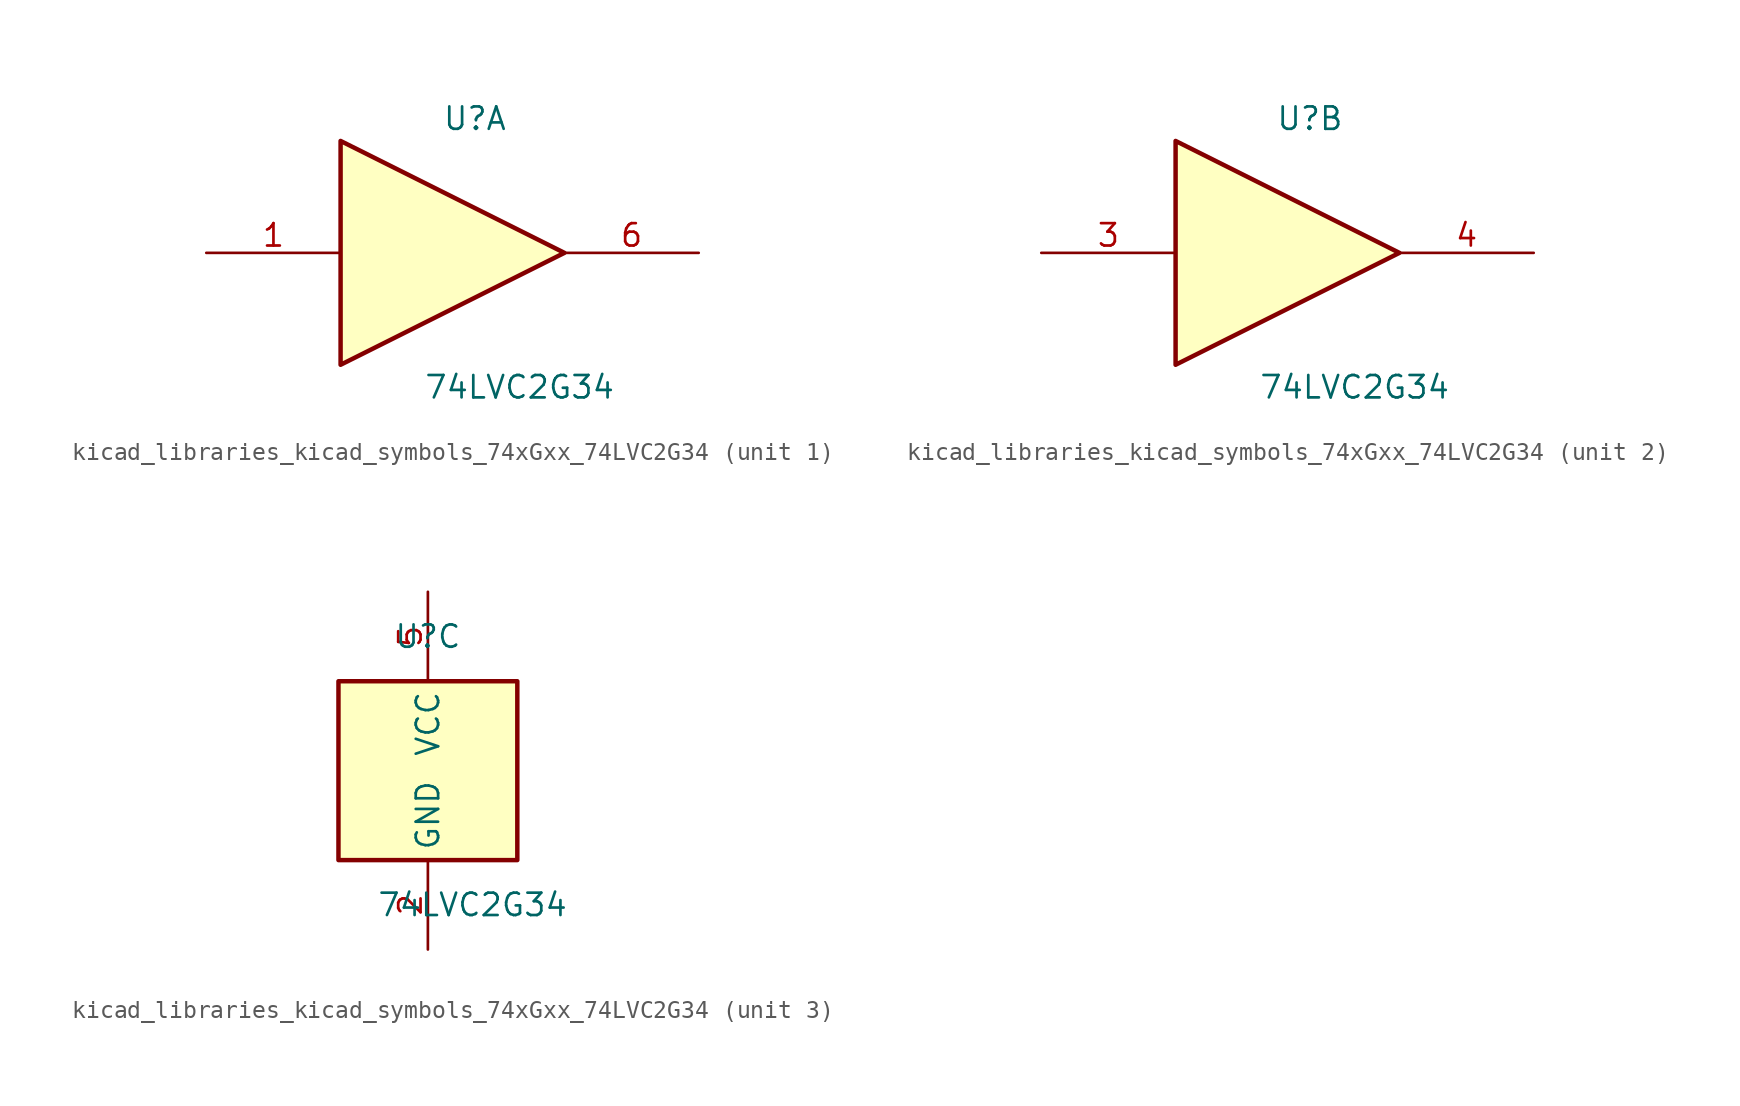
<source format=kicad_sym>
(kicad_symbol_lib
  (version 20220914)
  (generator kicad_symbol_editor)
  (symbol "kicad_libraries_kicad_symbols_74xGxx_74LVC2G34"
    (property "Reference" "U"
      (at 0 7.62 0)
      (effects (font (size 1.27 1.27))))
    (property "Value" "74LVC2G34"
      (at 2.54 -7.62 0)
      (effects (font (size 1.27 1.27))))
    (symbol "kicad_libraries_kicad_symbols_74xGxx_74LVC2G34_1_1"
      (polyline (pts (xy -7.62 6.35) (xy -7.62 -6.35) (xy 5.08 0) (xy -7.62 6.35)) (stroke (width 0.254) (type default)) (fill (type background)))
      (pin input line (at -15.24 0 0) (length 7.62) (name "~" (effects (font (size 1.27 1.27)))) (number "1" (effects (font (size 1.27 1.27)))))
      (pin output line (at 12.7 0 180) (length 7.62) (name "~" (effects (font (size 1.27 1.27)))) (number "6" (effects (font (size 1.27 1.27))))))
    (symbol "kicad_libraries_kicad_symbols_74xGxx_74LVC2G34_2_1"
      (polyline (pts (xy -7.62 6.35) (xy -7.62 -6.35) (xy 5.08 0) (xy -7.62 6.35)) (stroke (width 0.254) (type default)) (fill (type background)))
      (pin input line (at -15.24 0 0) (length 7.62) (name "~" (effects (font (size 1.27 1.27)))) (number "3" (effects (font (size 1.27 1.27)))))
      (pin output line (at 12.7 0 180) (length 7.62) (name "~" (effects (font (size 1.27 1.27)))) (number "4" (effects (font (size 1.27 1.27))))))
    (symbol "kicad_libraries_kicad_symbols_74xGxx_74LVC2G34_3_0"
      (rectangle (start -5.08 -5.08) (end 5.08 5.08) (stroke (width 0.254) (type default)) (fill (type background))))
    (symbol "kicad_libraries_kicad_symbols_74xGxx_74LVC2G34_3_1"
      (pin power_in line (at 0 -10.16 90) (length 5.08) (name "GND" (effects (font (size 1.27 1.27)))) (number "2" (effects (font (size 1.27 1.27)))))
      (pin power_in line (at 0 10.16 270) (length 5.08) (name "VCC" (effects (font (size 1.27 1.27)))) (number "5" (effects (font (size 1.27 1.27))))))))
</source>
